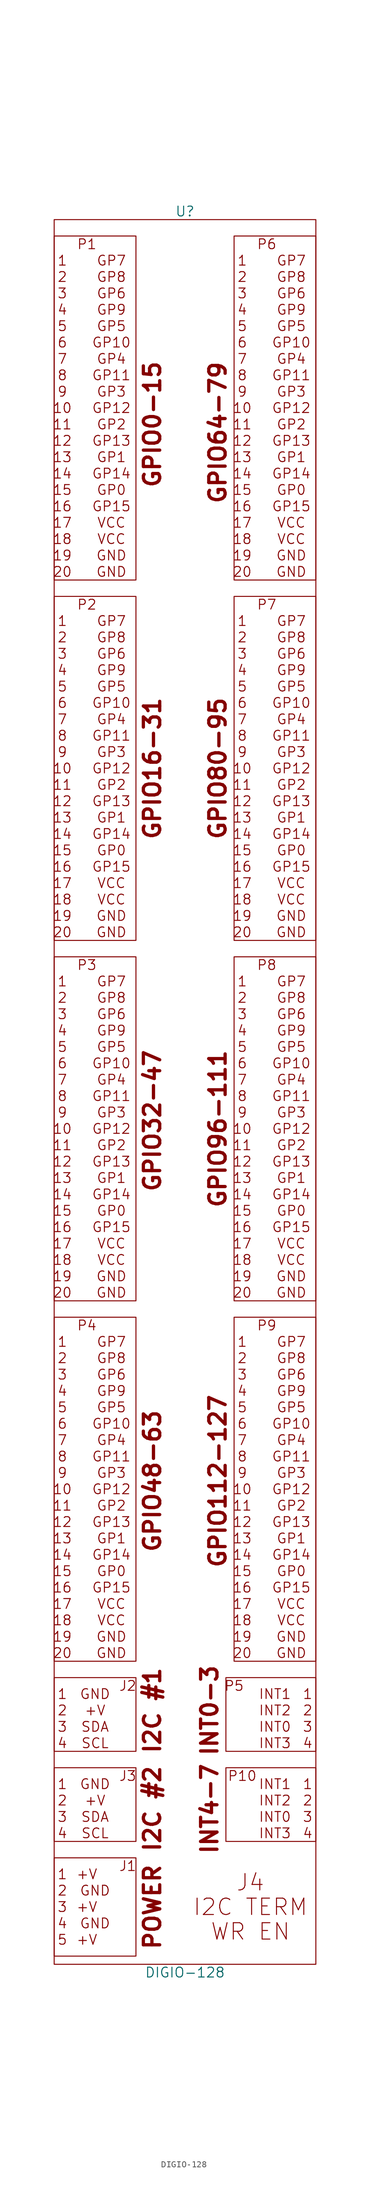
<source format=kicad_sym>
(kicad_symbol_lib
  (version 20220914)
  (generator kicad_symbol_editor)
  (symbol "DIGIO-128"
    (pin_names
      (offset 1.016))
    (property "Reference" "U"
      (at -1.27 132.08 0)
      (effects (font (size 1.524 1.524))))
    (property "Value" "DIGIO-128"
      (at -1.27 -140.97 0)
      (effects (font (size 1.524 1.524))))
    (symbol "DIGIO-128_0_0"
      (text "+V" (at -16.51 -135.89 0) (effects (font (size 1.524 1.524))))
      (text "+V" (at -16.51 -130.81 0) (effects (font (size 1.524 1.524))))
      (text "+V" (at -16.51 -125.73 0) (effects (font (size 1.524 1.524))))
      (text "+V" (at -15.24 -114.3 0) (effects (font (size 1.524 1.524))))
      (text "+V" (at -15.24 -100.33 0) (effects (font (size 1.524 1.524))))
      (text "1" (at -20.32 -125.73 0) (effects (font (size 1.524 1.524))))
      (text "1" (at -20.32 -111.76 0) (effects (font (size 1.524 1.524))))
      (text "1" (at -20.32 -97.79 0) (effects (font (size 1.524 1.524))))
      (text "1" (at -20.32 -43.18 0) (effects (font (size 1.524 1.524))))
      (text "1" (at -20.32 12.7 0) (effects (font (size 1.524 1.524))))
      (text "1" (at -20.32 68.58 0) (effects (font (size 1.524 1.524))))
      (text "1" (at -20.32 124.46 0) (effects (font (size 1.524 1.524))))
      (text "1" (at 7.62 -43.18 0) (effects (font (size 1.524 1.524))))
      (text "1" (at 7.62 12.7 0) (effects (font (size 1.524 1.524))))
      (text "1" (at 7.62 68.58 0) (effects (font (size 1.524 1.524))))
      (text "1" (at 7.62 124.46 0) (effects (font (size 1.524 1.524))))
      (text "1" (at 17.78 -111.76 0) (effects (font (size 1.524 1.524))))
      (text "1" (at 17.78 -97.79 0) (effects (font (size 1.524 1.524))))
      (text "10" (at -20.32 -66.04 0) (effects (font (size 1.524 1.524))))
      (text "10" (at -20.32 -10.16 0) (effects (font (size 1.524 1.524))))
      (text "10" (at -20.32 45.72 0) (effects (font (size 1.524 1.524))))
      (text "10" (at -20.32 101.6 0) (effects (font (size 1.524 1.524))))
      (text "10" (at 7.62 -66.04 0) (effects (font (size 1.524 1.524))))
      (text "10" (at 7.62 -10.16 0) (effects (font (size 1.524 1.524))))
      (text "10" (at 7.62 45.72 0) (effects (font (size 1.524 1.524))))
      (text "10" (at 7.62 101.6 0) (effects (font (size 1.524 1.524))))
      (text "11" (at -20.32 -68.58 0) (effects (font (size 1.524 1.524))))
      (text "11" (at -20.32 -12.7 0) (effects (font (size 1.524 1.524))))
      (text "11" (at -20.32 43.18 0) (effects (font (size 1.524 1.524))))
      (text "11" (at -20.32 99.06 0) (effects (font (size 1.524 1.524))))
      (text "11" (at 7.62 -68.58 0) (effects (font (size 1.524 1.524))))
      (text "11" (at 7.62 -12.7 0) (effects (font (size 1.524 1.524))))
      (text "11" (at 7.62 43.18 0) (effects (font (size 1.524 1.524))))
      (text "11" (at 7.62 99.06 0) (effects (font (size 1.524 1.524))))
      (text "12" (at -20.32 -71.12 0) (effects (font (size 1.524 1.524))))
      (text "12" (at -20.32 -15.24 0) (effects (font (size 1.524 1.524))))
      (text "12" (at -20.32 40.64 0) (effects (font (size 1.524 1.524))))
      (text "12" (at -20.32 96.52 0) (effects (font (size 1.524 1.524))))
      (text "12" (at 7.62 -71.12 0) (effects (font (size 1.524 1.524))))
      (text "12" (at 7.62 -15.24 0) (effects (font (size 1.524 1.524))))
      (text "12" (at 7.62 40.64 0) (effects (font (size 1.524 1.524))))
      (text "12" (at 7.62 96.52 0) (effects (font (size 1.524 1.524))))
      (text "13" (at -20.32 -73.66 0) (effects (font (size 1.524 1.524))))
      (text "13" (at -20.32 -17.78 0) (effects (font (size 1.524 1.524))))
      (text "13" (at -20.32 38.1 0) (effects (font (size 1.524 1.524))))
      (text "13" (at -20.32 93.98 0) (effects (font (size 1.524 1.524))))
      (text "13" (at 7.62 -73.66 0) (effects (font (size 1.524 1.524))))
      (text "13" (at 7.62 -17.78 0) (effects (font (size 1.524 1.524))))
      (text "13" (at 7.62 38.1 0) (effects (font (size 1.524 1.524))))
      (text "13" (at 7.62 93.98 0) (effects (font (size 1.524 1.524))))
      (text "14" (at -20.32 -76.2 0) (effects (font (size 1.524 1.524))))
      (text "14" (at -20.32 -20.32 0) (effects (font (size 1.524 1.524))))
      (text "14" (at -20.32 35.56 0) (effects (font (size 1.524 1.524))))
      (text "14" (at -20.32 91.44 0) (effects (font (size 1.524 1.524))))
      (text "14" (at 7.62 -76.2 0) (effects (font (size 1.524 1.524))))
      (text "14" (at 7.62 -20.32 0) (effects (font (size 1.524 1.524))))
      (text "14" (at 7.62 35.56 0) (effects (font (size 1.524 1.524))))
      (text "14" (at 7.62 91.44 0) (effects (font (size 1.524 1.524))))
      (text "15" (at -20.32 -78.74 0) (effects (font (size 1.524 1.524))))
      (text "15" (at -20.32 -22.86 0) (effects (font (size 1.524 1.524))))
      (text "15" (at -20.32 33.02 0) (effects (font (size 1.524 1.524))))
      (text "15" (at -20.32 88.9 0) (effects (font (size 1.524 1.524))))
      (text "15" (at 7.62 -78.74 0) (effects (font (size 1.524 1.524))))
      (text "15" (at 7.62 -22.86 0) (effects (font (size 1.524 1.524))))
      (text "15" (at 7.62 33.02 0) (effects (font (size 1.524 1.524))))
      (text "15" (at 7.62 88.9 0) (effects (font (size 1.524 1.524))))
      (text "16" (at -20.32 -81.28 0) (effects (font (size 1.524 1.524))))
      (text "16" (at -20.32 -25.4 0) (effects (font (size 1.524 1.524))))
      (text "16" (at -20.32 30.48 0) (effects (font (size 1.524 1.524))))
      (text "16" (at -20.32 86.36 0) (effects (font (size 1.524 1.524))))
      (text "16" (at 7.62 -81.28 0) (effects (font (size 1.524 1.524))))
      (text "16" (at 7.62 -25.4 0) (effects (font (size 1.524 1.524))))
      (text "16" (at 7.62 30.48 0) (effects (font (size 1.524 1.524))))
      (text "16" (at 7.62 86.36 0) (effects (font (size 1.524 1.524))))
      (text "17" (at -20.32 -83.82 0) (effects (font (size 1.524 1.524))))
      (text "17" (at -20.32 -27.94 0) (effects (font (size 1.524 1.524))))
      (text "17" (at -20.32 27.94 0) (effects (font (size 1.524 1.524))))
      (text "17" (at -20.32 83.82 0) (effects (font (size 1.524 1.524))))
      (text "17" (at 7.62 -83.82 0) (effects (font (size 1.524 1.524))))
      (text "17" (at 7.62 -27.94 0) (effects (font (size 1.524 1.524))))
      (text "17" (at 7.62 27.94 0) (effects (font (size 1.524 1.524))))
      (text "17" (at 7.62 83.82 0) (effects (font (size 1.524 1.524))))
      (text "18" (at -20.32 -86.36 0) (effects (font (size 1.524 1.524))))
      (text "18" (at -20.32 -30.48 0) (effects (font (size 1.524 1.524))))
      (text "18" (at -20.32 25.4 0) (effects (font (size 1.524 1.524))))
      (text "18" (at -20.32 81.28 0) (effects (font (size 1.524 1.524))))
      (text "18" (at 7.62 -86.36 0) (effects (font (size 1.524 1.524))))
      (text "18" (at 7.62 -30.48 0) (effects (font (size 1.524 1.524))))
      (text "18" (at 7.62 25.4 0) (effects (font (size 1.524 1.524))))
      (text "18" (at 7.62 81.28 0) (effects (font (size 1.524 1.524))))
      (text "19" (at -20.32 -88.9 0) (effects (font (size 1.524 1.524))))
      (text "19" (at -20.32 -33.02 0) (effects (font (size 1.524 1.524))))
      (text "19" (at -20.32 22.86 0) (effects (font (size 1.524 1.524))))
      (text "19" (at -20.32 78.74 0) (effects (font (size 1.524 1.524))))
      (text "19" (at 7.62 -88.9 0) (effects (font (size 1.524 1.524))))
      (text "19" (at 7.62 -33.02 0) (effects (font (size 1.524 1.524))))
      (text "19" (at 7.62 22.86 0) (effects (font (size 1.524 1.524))))
      (text "19" (at 7.62 78.74 0) (effects (font (size 1.524 1.524))))
      (text "2" (at -20.32 -128.27 0) (effects (font (size 1.524 1.524))))
      (text "2" (at -20.32 -114.3 0) (effects (font (size 1.524 1.524))))
      (text "2" (at -20.32 -100.33 0) (effects (font (size 1.524 1.524))))
      (text "2" (at -20.32 -45.72 0) (effects (font (size 1.524 1.524))))
      (text "2" (at -20.32 10.16 0) (effects (font (size 1.524 1.524))))
      (text "2" (at -20.32 66.04 0) (effects (font (size 1.524 1.524))))
      (text "2" (at -20.32 121.92 0) (effects (font (size 1.524 1.524))))
      (text "2" (at 7.62 -45.72 0) (effects (font (size 1.524 1.524))))
      (text "2" (at 7.62 10.16 0) (effects (font (size 1.524 1.524))))
      (text "2" (at 7.62 66.04 0) (effects (font (size 1.524 1.524))))
      (text "2" (at 7.62 121.92 0) (effects (font (size 1.524 1.524))))
      (text "2" (at 17.78 -114.3 0) (effects (font (size 1.524 1.524))))
      (text "2" (at 17.78 -100.33 0) (effects (font (size 1.524 1.524))))
      (text "20" (at -20.32 -91.44 0) (effects (font (size 1.524 1.524))))
      (text "20" (at -20.32 -35.56 0) (effects (font (size 1.524 1.524))))
      (text "20" (at -20.32 20.32 0) (effects (font (size 1.524 1.524))))
      (text "20" (at -20.32 76.2 0) (effects (font (size 1.524 1.524))))
      (text "20" (at 7.62 -91.44 0) (effects (font (size 1.524 1.524))))
      (text "20" (at 7.62 -35.56 0) (effects (font (size 1.524 1.524))))
      (text "20" (at 7.62 20.32 0) (effects (font (size 1.524 1.524))))
      (text "20" (at 7.62 76.2 0) (effects (font (size 1.524 1.524))))
      (text "3" (at -20.32 -130.81 0) (effects (font (size 1.524 1.524))))
      (text "3" (at -20.32 -116.84 0) (effects (font (size 1.524 1.524))))
      (text "3" (at -20.32 -102.87 0) (effects (font (size 1.524 1.524))))
      (text "3" (at -20.32 -48.26 0) (effects (font (size 1.524 1.524))))
      (text "3" (at -20.32 7.62 0) (effects (font (size 1.524 1.524))))
      (text "3" (at -20.32 63.5 0) (effects (font (size 1.524 1.524))))
      (text "3" (at -20.32 119.38 0) (effects (font (size 1.524 1.524))))
      (text "3" (at 7.62 -48.26 0) (effects (font (size 1.524 1.524))))
      (text "3" (at 7.62 7.62 0) (effects (font (size 1.524 1.524))))
      (text "3" (at 7.62 63.5 0) (effects (font (size 1.524 1.524))))
      (text "3" (at 7.62 119.38 0) (effects (font (size 1.524 1.524))))
      (text "3" (at 17.78 -116.84 0) (effects (font (size 1.524 1.524))))
      (text "3" (at 17.78 -102.87 0) (effects (font (size 1.524 1.524))))
      (text "4" (at -20.32 -133.35 0) (effects (font (size 1.524 1.524))))
      (text "4" (at -20.32 -119.38 0) (effects (font (size 1.524 1.524))))
      (text "4" (at -20.32 -105.41 0) (effects (font (size 1.524 1.524))))
      (text "4" (at -20.32 -50.8 0) (effects (font (size 1.524 1.524))))
      (text "4" (at -20.32 5.08 0) (effects (font (size 1.524 1.524))))
      (text "4" (at -20.32 60.96 0) (effects (font (size 1.524 1.524))))
      (text "4" (at -20.32 116.84 0) (effects (font (size 1.524 1.524))))
      (text "4" (at 7.62 -50.8 0) (effects (font (size 1.524 1.524))))
      (text "4" (at 7.62 5.08 0) (effects (font (size 1.524 1.524))))
      (text "4" (at 7.62 60.96 0) (effects (font (size 1.524 1.524))))
      (text "4" (at 7.62 116.84 0) (effects (font (size 1.524 1.524))))
      (text "4" (at 17.78 -119.38 0) (effects (font (size 1.524 1.524))))
      (text "4" (at 17.78 -105.41 0) (effects (font (size 1.524 1.524))))
      (text "5" (at -20.32 -135.89 0) (effects (font (size 1.524 1.524))))
      (text "5" (at -20.32 -53.34 0) (effects (font (size 1.524 1.524))))
      (text "5" (at -20.32 2.54 0) (effects (font (size 1.524 1.524))))
      (text "5" (at -20.32 58.42 0) (effects (font (size 1.524 1.524))))
      (text "5" (at -20.32 114.3 0) (effects (font (size 1.524 1.524))))
      (text "5" (at 7.62 -53.34 0) (effects (font (size 1.524 1.524))))
      (text "5" (at 7.62 2.54 0) (effects (font (size 1.524 1.524))))
      (text "5" (at 7.62 58.42 0) (effects (font (size 1.524 1.524))))
      (text "5" (at 7.62 114.3 0) (effects (font (size 1.524 1.524))))
      (text "6" (at -20.32 -55.88 0) (effects (font (size 1.524 1.524))))
      (text "6" (at -20.32 0 0) (effects (font (size 1.524 1.524))))
      (text "6" (at -20.32 55.88 0) (effects (font (size 1.524 1.524))))
      (text "6" (at -20.32 111.76 0) (effects (font (size 1.524 1.524))))
      (text "6" (at 7.62 -55.88 0) (effects (font (size 1.524 1.524))))
      (text "6" (at 7.62 0 0) (effects (font (size 1.524 1.524))))
      (text "6" (at 7.62 55.88 0) (effects (font (size 1.524 1.524))))
      (text "6" (at 7.62 111.76 0) (effects (font (size 1.524 1.524))))
      (text "7" (at -20.32 -58.42 0) (effects (font (size 1.524 1.524))))
      (text "7" (at -20.32 -2.54 0) (effects (font (size 1.524 1.524))))
      (text "7" (at -20.32 53.34 0) (effects (font (size 1.524 1.524))))
      (text "7" (at -20.32 109.22 0) (effects (font (size 1.524 1.524))))
      (text "7" (at 7.62 -58.42 0) (effects (font (size 1.524 1.524))))
      (text "7" (at 7.62 -2.54 0) (effects (font (size 1.524 1.524))))
      (text "7" (at 7.62 53.34 0) (effects (font (size 1.524 1.524))))
      (text "7" (at 7.62 109.22 0) (effects (font (size 1.524 1.524))))
      (text "8" (at -20.32 -60.96 0) (effects (font (size 1.524 1.524))))
      (text "8" (at -20.32 -5.08 0) (effects (font (size 1.524 1.524))))
      (text "8" (at -20.32 50.8 0) (effects (font (size 1.524 1.524))))
      (text "8" (at -20.32 106.68 0) (effects (font (size 1.524 1.524))))
      (text "8" (at 7.62 -60.96 0) (effects (font (size 1.524 1.524))))
      (text "8" (at 7.62 -5.08 0) (effects (font (size 1.524 1.524))))
      (text "8" (at 7.62 50.8 0) (effects (font (size 1.524 1.524))))
      (text "8" (at 7.62 106.68 0) (effects (font (size 1.524 1.524))))
      (text "9" (at -20.32 -63.5 0) (effects (font (size 1.524 1.524))))
      (text "9" (at -20.32 -7.62 0) (effects (font (size 1.524 1.524))))
      (text "9" (at -20.32 48.26 0) (effects (font (size 1.524 1.524))))
      (text "9" (at -20.32 104.14 0) (effects (font (size 1.524 1.524))))
      (text "9" (at 7.62 -63.5 0) (effects (font (size 1.524 1.524))))
      (text "9" (at 7.62 -7.62 0) (effects (font (size 1.524 1.524))))
      (text "9" (at 7.62 48.26 0) (effects (font (size 1.524 1.524))))
      (text "9" (at 7.62 104.14 0) (effects (font (size 1.524 1.524))))
      (text "GND" (at -15.24 -133.35 0) (effects (font (size 1.524 1.524))))
      (text "GND" (at -15.24 -128.27 0) (effects (font (size 1.524 1.524))))
      (text "GND" (at -15.24 -111.76 0) (effects (font (size 1.524 1.524))))
      (text "GND" (at -15.24 -97.79 0) (effects (font (size 1.524 1.524))))
      (text "GND" (at -12.7 -91.44 0) (effects (font (size 1.524 1.524))))
      (text "GND" (at -12.7 -88.9 0) (effects (font (size 1.524 1.524))))
      (text "GND" (at -12.7 -35.56 0) (effects (font (size 1.524 1.524))))
      (text "GND" (at -12.7 -33.02 0) (effects (font (size 1.524 1.524))))
      (text "GND" (at -12.7 20.32 0) (effects (font (size 1.524 1.524))))
      (text "GND" (at -12.7 22.86 0) (effects (font (size 1.524 1.524))))
      (text "GND" (at -12.7 76.2 0) (effects (font (size 1.524 1.524))))
      (text "GND" (at -12.7 78.74 0) (effects (font (size 1.524 1.524))))
      (text "GND" (at 15.24 -91.44 0) (effects (font (size 1.524 1.524))))
      (text "GND" (at 15.24 -88.9 0) (effects (font (size 1.524 1.524))))
      (text "GND" (at 15.24 -35.56 0) (effects (font (size 1.524 1.524))))
      (text "GND" (at 15.24 -33.02 0) (effects (font (size 1.524 1.524))))
      (text "GND" (at 15.24 20.32 0) (effects (font (size 1.524 1.524))))
      (text "GND" (at 15.24 22.86 0) (effects (font (size 1.524 1.524))))
      (text "GND" (at 15.24 76.2 0) (effects (font (size 1.524 1.524))))
      (text "GND" (at 15.24 78.74 0) (effects (font (size 1.524 1.524))))
      (text "GP0" (at -12.7 -78.74 0) (effects (font (size 1.524 1.524))))
      (text "GP0" (at -12.7 -22.86 0) (effects (font (size 1.524 1.524))))
      (text "GP0" (at -12.7 33.02 0) (effects (font (size 1.524 1.524))))
      (text "GP0" (at -12.7 88.9 0) (effects (font (size 1.524 1.524))))
      (text "GP0" (at 15.24 -78.74 0) (effects (font (size 1.524 1.524))))
      (text "GP0" (at 15.24 -22.86 0) (effects (font (size 1.524 1.524))))
      (text "GP0" (at 15.24 33.02 0) (effects (font (size 1.524 1.524))))
      (text "GP0" (at 15.24 88.9 0) (effects (font (size 1.524 1.524))))
      (text "GP1" (at -12.7 -73.66 0) (effects (font (size 1.524 1.524))))
      (text "GP1" (at -12.7 -17.78 0) (effects (font (size 1.524 1.524))))
      (text "GP1" (at -12.7 38.1 0) (effects (font (size 1.524 1.524))))
      (text "GP1" (at -12.7 93.98 0) (effects (font (size 1.524 1.524))))
      (text "GP1" (at 15.24 -73.66 0) (effects (font (size 1.524 1.524))))
      (text "GP1" (at 15.24 -17.78 0) (effects (font (size 1.524 1.524))))
      (text "GP1" (at 15.24 38.1 0) (effects (font (size 1.524 1.524))))
      (text "GP1" (at 15.24 93.98 0) (effects (font (size 1.524 1.524))))
      (text "GP10" (at -12.7 -55.88 0) (effects (font (size 1.524 1.524))))
      (text "GP10" (at -12.7 0 0) (effects (font (size 1.524 1.524))))
      (text "GP10" (at -12.7 55.88 0) (effects (font (size 1.524 1.524))))
      (text "GP10" (at -12.7 111.76 0) (effects (font (size 1.524 1.524))))
      (text "GP10" (at 15.24 -55.88 0) (effects (font (size 1.524 1.524))))
      (text "GP10" (at 15.24 0 0) (effects (font (size 1.524 1.524))))
      (text "GP10" (at 15.24 55.88 0) (effects (font (size 1.524 1.524))))
      (text "GP10" (at 15.24 111.76 0) (effects (font (size 1.524 1.524))))
      (text "GP11" (at -12.7 -60.96 0) (effects (font (size 1.524 1.524))))
      (text "GP11" (at -12.7 -5.08 0) (effects (font (size 1.524 1.524))))
      (text "GP11" (at -12.7 50.8 0) (effects (font (size 1.524 1.524))))
      (text "GP11" (at -12.7 106.68 0) (effects (font (size 1.524 1.524))))
      (text "GP11" (at 15.24 -60.96 0) (effects (font (size 1.524 1.524))))
      (text "GP11" (at 15.24 -5.08 0) (effects (font (size 1.524 1.524))))
      (text "GP11" (at 15.24 50.8 0) (effects (font (size 1.524 1.524))))
      (text "GP11" (at 15.24 106.68 0) (effects (font (size 1.524 1.524))))
      (text "GP12" (at -12.7 -66.04 0) (effects (font (size 1.524 1.524))))
      (text "GP12" (at -12.7 -10.16 0) (effects (font (size 1.524 1.524))))
      (text "GP12" (at -12.7 45.72 0) (effects (font (size 1.524 1.524))))
      (text "GP12" (at -12.7 101.6 0) (effects (font (size 1.524 1.524))))
      (text "GP12" (at 15.24 -66.04 0) (effects (font (size 1.524 1.524))))
      (text "GP12" (at 15.24 -10.16 0) (effects (font (size 1.524 1.524))))
      (text "GP12" (at 15.24 45.72 0) (effects (font (size 1.524 1.524))))
      (text "GP12" (at 15.24 101.6 0) (effects (font (size 1.524 1.524))))
      (text "GP13" (at -12.7 -71.12 0) (effects (font (size 1.524 1.524))))
      (text "GP13" (at -12.7 -15.24 0) (effects (font (size 1.524 1.524))))
      (text "GP13" (at -12.7 40.64 0) (effects (font (size 1.524 1.524))))
      (text "GP13" (at -12.7 96.52 0) (effects (font (size 1.524 1.524))))
      (text "GP13" (at 15.24 -71.12 0) (effects (font (size 1.524 1.524))))
      (text "GP13" (at 15.24 -15.24 0) (effects (font (size 1.524 1.524))))
      (text "GP13" (at 15.24 40.64 0) (effects (font (size 1.524 1.524))))
      (text "GP13" (at 15.24 96.52 0) (effects (font (size 1.524 1.524))))
      (text "GP14" (at -12.7 -76.2 0) (effects (font (size 1.524 1.524))))
      (text "GP14" (at -12.7 -20.32 0) (effects (font (size 1.524 1.524))))
      (text "GP14" (at -12.7 35.56 0) (effects (font (size 1.524 1.524))))
      (text "GP14" (at -12.7 91.44 0) (effects (font (size 1.524 1.524))))
      (text "GP14" (at 15.24 -76.2 0) (effects (font (size 1.524 1.524))))
      (text "GP14" (at 15.24 -20.32 0) (effects (font (size 1.524 1.524))))
      (text "GP14" (at 15.24 35.56 0) (effects (font (size 1.524 1.524))))
      (text "GP14" (at 15.24 91.44 0) (effects (font (size 1.524 1.524))))
      (text "GP15" (at -12.7 -81.28 0) (effects (font (size 1.524 1.524))))
      (text "GP15" (at -12.7 -25.4 0) (effects (font (size 1.524 1.524))))
      (text "GP15" (at -12.7 30.48 0) (effects (font (size 1.524 1.524))))
      (text "GP15" (at -12.7 86.36 0) (effects (font (size 1.524 1.524))))
      (text "GP15" (at 15.24 -81.28 0) (effects (font (size 1.524 1.524))))
      (text "GP15" (at 15.24 -25.4 0) (effects (font (size 1.524 1.524))))
      (text "GP15" (at 15.24 30.48 0) (effects (font (size 1.524 1.524))))
      (text "GP15" (at 15.24 86.36 0) (effects (font (size 1.524 1.524))))
      (text "GP2" (at -12.7 -68.58 0) (effects (font (size 1.524 1.524))))
      (text "GP2" (at -12.7 -12.7 0) (effects (font (size 1.524 1.524))))
      (text "GP2" (at -12.7 43.18 0) (effects (font (size 1.524 1.524))))
      (text "GP2" (at -12.7 99.06 0) (effects (font (size 1.524 1.524))))
      (text "GP2" (at 15.24 -68.58 0) (effects (font (size 1.524 1.524))))
      (text "GP2" (at 15.24 -12.7 0) (effects (font (size 1.524 1.524))))
      (text "GP2" (at 15.24 43.18 0) (effects (font (size 1.524 1.524))))
      (text "GP2" (at 15.24 99.06 0) (effects (font (size 1.524 1.524))))
      (text "GP3" (at -12.7 -63.5 0) (effects (font (size 1.524 1.524))))
      (text "GP3" (at -12.7 -7.62 0) (effects (font (size 1.524 1.524))))
      (text "GP3" (at -12.7 48.26 0) (effects (font (size 1.524 1.524))))
      (text "GP3" (at -12.7 104.14 0) (effects (font (size 1.524 1.524))))
      (text "GP3" (at 15.24 -63.5 0) (effects (font (size 1.524 1.524))))
      (text "GP3" (at 15.24 -7.62 0) (effects (font (size 1.524 1.524))))
      (text "GP3" (at 15.24 48.26 0) (effects (font (size 1.524 1.524))))
      (text "GP3" (at 15.24 104.14 0) (effects (font (size 1.524 1.524))))
      (text "GP4" (at -12.7 -58.42 0) (effects (font (size 1.524 1.524))))
      (text "GP4" (at -12.7 -2.54 0) (effects (font (size 1.524 1.524))))
      (text "GP4" (at -12.7 53.34 0) (effects (font (size 1.524 1.524))))
      (text "GP4" (at -12.7 109.22 0) (effects (font (size 1.524 1.524))))
      (text "GP4" (at 15.24 -58.42 0) (effects (font (size 1.524 1.524))))
      (text "GP4" (at 15.24 -2.54 0) (effects (font (size 1.524 1.524))))
      (text "GP4" (at 15.24 53.34 0) (effects (font (size 1.524 1.524))))
      (text "GP4" (at 15.24 109.22 0) (effects (font (size 1.524 1.524))))
      (text "GP5" (at -12.7 -53.34 0) (effects (font (size 1.524 1.524))))
      (text "GP5" (at -12.7 2.54 0) (effects (font (size 1.524 1.524))))
      (text "GP5" (at -12.7 58.42 0) (effects (font (size 1.524 1.524))))
      (text "GP5" (at -12.7 114.3 0) (effects (font (size 1.524 1.524))))
      (text "GP5" (at 15.24 -53.34 0) (effects (font (size 1.524 1.524))))
      (text "GP5" (at 15.24 2.54 0) (effects (font (size 1.524 1.524))))
      (text "GP5" (at 15.24 58.42 0) (effects (font (size 1.524 1.524))))
      (text "GP5" (at 15.24 114.3 0) (effects (font (size 1.524 1.524))))
      (text "GP6" (at -12.7 -48.26 0) (effects (font (size 1.524 1.524))))
      (text "GP6" (at -12.7 7.62 0) (effects (font (size 1.524 1.524))))
      (text "GP6" (at -12.7 63.5 0) (effects (font (size 1.524 1.524))))
      (text "GP6" (at -12.7 119.38 0) (effects (font (size 1.524 1.524))))
      (text "GP6" (at 15.24 -48.26 0) (effects (font (size 1.524 1.524))))
      (text "GP6" (at 15.24 7.62 0) (effects (font (size 1.524 1.524))))
      (text "GP6" (at 15.24 63.5 0) (effects (font (size 1.524 1.524))))
      (text "GP6" (at 15.24 119.38 0) (effects (font (size 1.524 1.524))))
      (text "GP7" (at -12.7 -43.18 0) (effects (font (size 1.524 1.524))))
      (text "GP7" (at -12.7 12.7 0) (effects (font (size 1.524 1.524))))
      (text "GP7" (at -12.7 68.58 0) (effects (font (size 1.524 1.524))))
      (text "GP7" (at -12.7 124.46 0) (effects (font (size 1.524 1.524))))
      (text "GP7" (at 15.24 -43.18 0) (effects (font (size 1.524 1.524))))
      (text "GP7" (at 15.24 12.7 0) (effects (font (size 1.524 1.524))))
      (text "GP7" (at 15.24 68.58 0) (effects (font (size 1.524 1.524))))
      (text "GP7" (at 15.24 124.46 0) (effects (font (size 1.524 1.524))))
      (text "GP8" (at -12.7 -45.72 0) (effects (font (size 1.524 1.524))))
      (text "GP8" (at -12.7 10.16 0) (effects (font (size 1.524 1.524))))
      (text "GP8" (at -12.7 66.04 0) (effects (font (size 1.524 1.524))))
      (text "GP8" (at -12.7 121.92 0) (effects (font (size 1.524 1.524))))
      (text "GP8" (at 15.24 -45.72 0) (effects (font (size 1.524 1.524))))
      (text "GP8" (at 15.24 10.16 0) (effects (font (size 1.524 1.524))))
      (text "GP8" (at 15.24 66.04 0) (effects (font (size 1.524 1.524))))
      (text "GP8" (at 15.24 121.92 0) (effects (font (size 1.524 1.524))))
      (text "GP9" (at -12.7 -50.8 0) (effects (font (size 1.524 1.524))))
      (text "GP9" (at -12.7 5.08 0) (effects (font (size 1.524 1.524))))
      (text "GP9" (at -12.7 60.96 0) (effects (font (size 1.524 1.524))))
      (text "GP9" (at -12.7 116.84 0) (effects (font (size 1.524 1.524))))
      (text "GP9" (at 15.24 -50.8 0) (effects (font (size 1.524 1.524))))
      (text "GP9" (at 15.24 5.08 0) (effects (font (size 1.524 1.524))))
      (text "GP9" (at 15.24 60.96 0) (effects (font (size 1.524 1.524))))
      (text "GP9" (at 15.24 116.84 0) (effects (font (size 1.524 1.524))))
      (text "GPIO0-15" (at -6.35 99.06 900) (effects (font (size 2.54 2.54) bold)))
      (text "GPIO112-127" (at 3.81 -64.77 900) (effects (font (size 2.54 2.54) bold)))
      (text "GPIO16-31" (at -6.35 45.72 900) (effects (font (size 2.54 2.54) bold)))
      (text "GPIO32-47" (at -6.35 -8.89 900) (effects (font (size 2.54 2.54) bold)))
      (text "GPIO48-63" (at -6.35 -64.77 900) (effects (font (size 2.54 2.54) bold)))
      (text "GPIO64-79" (at 3.81 97.79 900) (effects (font (size 2.54 2.54) bold)))
      (text "GPIO80-95" (at 3.81 45.72 900) (effects (font (size 2.54 2.54) bold)))
      (text "GPIO96-111" (at 3.81 -10.16 900) (effects (font (size 2.54 2.54) bold)))
      (text "I2C #1" (at -6.35 -100.33 900) (effects (font (size 2.54 2.54) bold)))
      (text "I2C #2" (at -6.35 -115.57 900) (effects (font (size 2.54 2.54) bold)))
      (text "I2C TERM" (at 8.89 -130.81 0) (effects (font (size 2.54 2.54))))
      (text "INT0" (at 12.7 -116.84 0) (effects (font (size 1.524 1.524))))
      (text "INT0" (at 12.7 -102.87 0) (effects (font (size 1.524 1.524))))
      (text "INT0-3" (at 2.54 -100.33 900) (effects (font (size 2.54 2.54) bold)))
      (text "INT1" (at 12.7 -111.76 0) (effects (font (size 1.524 1.524))))
      (text "INT1" (at 12.7 -97.79 0) (effects (font (size 1.524 1.524))))
      (text "INT2" (at 12.7 -114.3 0) (effects (font (size 1.524 1.524))))
      (text "INT2" (at 12.7 -100.33 0) (effects (font (size 1.524 1.524))))
      (text "INT3" (at 12.7 -119.38 0) (effects (font (size 1.524 1.524))))
      (text "INT3" (at 12.7 -105.41 0) (effects (font (size 1.524 1.524))))
      (text "INT4-7" (at 2.54 -115.57 900) (effects (font (size 2.54 2.54) bold)))
      (text "J1" (at -10.16 -124.46 0) (effects (font (size 1.524 1.524))))
      (text "J2" (at -10.16 -96.52 0) (effects (font (size 1.524 1.524))))
      (text "J3" (at -10.16 -110.49 0) (effects (font (size 1.524 1.524))))
      (text "J4" (at 8.89 -127 0) (effects (font (size 2.54 2.54))))
      (text "P1" (at -16.51 127 0) (effects (font (size 1.524 1.524))))
      (text "P10" (at 7.62 -110.49 0) (effects (font (size 1.524 1.524))))
      (text "P2" (at -16.51 71.12 0) (effects (font (size 1.524 1.524))))
      (text "P3" (at -16.51 15.24 0) (effects (font (size 1.524 1.524))))
      (text "P4" (at -16.51 -40.64 0) (effects (font (size 1.524 1.524))))
      (text "P5" (at 6.35 -96.52 0) (effects (font (size 1.524 1.524))))
      (text "P6" (at 11.43 127 0) (effects (font (size 1.524 1.524))))
      (text "P7" (at 11.43 71.12 0) (effects (font (size 1.524 1.524))))
      (text "P8" (at 11.43 15.24 0) (effects (font (size 1.524 1.524))))
      (text "P9" (at 11.43 -40.64 0) (effects (font (size 1.524 1.524))))
      (text "POWER" (at -6.35 -130.81 900) (effects (font (size 2.54 2.54) bold)))
      (text "SCL" (at -15.24 -119.38 0) (effects (font (size 1.524 1.524))))
      (text "SCL" (at -15.24 -105.41 0) (effects (font (size 1.524 1.524))))
      (text "SDA" (at -15.24 -116.84 0) (effects (font (size 1.524 1.524))))
      (text "SDA" (at -15.24 -102.87 0) (effects (font (size 1.524 1.524))))
      (text "VCC" (at -12.7 -86.36 0) (effects (font (size 1.524 1.524))))
      (text "VCC" (at -12.7 -83.82 0) (effects (font (size 1.524 1.524))))
      (text "VCC" (at -12.7 -30.48 0) (effects (font (size 1.524 1.524))))
      (text "VCC" (at -12.7 -27.94 0) (effects (font (size 1.524 1.524))))
      (text "VCC" (at -12.7 25.4 0) (effects (font (size 1.524 1.524))))
      (text "VCC" (at -12.7 27.94 0) (effects (font (size 1.524 1.524))))
      (text "VCC" (at -12.7 81.28 0) (effects (font (size 1.524 1.524))))
      (text "VCC" (at -12.7 83.82 0) (effects (font (size 1.524 1.524))))
      (text "VCC" (at 15.24 -86.36 0) (effects (font (size 1.524 1.524))))
      (text "VCC" (at 15.24 -83.82 0) (effects (font (size 1.524 1.524))))
      (text "VCC" (at 15.24 -30.48 0) (effects (font (size 1.524 1.524))))
      (text "VCC" (at 15.24 -27.94 0) (effects (font (size 1.524 1.524))))
      (text "VCC" (at 15.24 25.4 0) (effects (font (size 1.524 1.524))))
      (text "VCC" (at 15.24 27.94 0) (effects (font (size 1.524 1.524))))
      (text "VCC" (at 15.24 81.28 0) (effects (font (size 1.524 1.524))))
      (text "VCC" (at 15.24 83.82 0) (effects (font (size 1.524 1.524))))
      (text "WR EN" (at 8.89 -134.62 0) (effects (font (size 2.54 2.54)))))
    (symbol "DIGIO-128_0_1"
      (rectangle (start -21.59 -123.19) (end -8.89 -138.43) (stroke (width 0) (type default)) (fill (type none)))
      (rectangle (start -21.59 -109.22) (end -8.89 -120.65) (stroke (width 0) (type default)) (fill (type none)))
      (rectangle (start -21.59 -95.25) (end -8.89 -106.68) (stroke (width 0) (type default)) (fill (type none)))
      (rectangle (start -21.59 -39.37) (end -8.89 -92.71) (stroke (width 0) (type default)) (fill (type none)))
      (rectangle (start -21.59 16.51) (end -8.89 -36.83) (stroke (width 0) (type default)) (fill (type none)))
      (rectangle (start -21.59 72.39) (end -8.89 19.05) (stroke (width 0) (type default)) (fill (type none)))
      (rectangle (start -21.59 128.27) (end -8.89 74.93) (stroke (width 0) (type default)) (fill (type none)))
      (rectangle (start -21.59 130.81) (end 19.05 -139.7) (stroke (width 0) (type default)) (fill (type none)))
      (rectangle (start 5.08 -109.22) (end 19.05 -120.65) (stroke (width 0) (type default)) (fill (type none)))
      (rectangle (start 5.08 -95.25) (end 19.05 -106.68) (stroke (width 0) (type default)) (fill (type none)))
      (rectangle (start 6.35 -39.37) (end 19.05 -92.71) (stroke (width 0) (type default)) (fill (type none)))
      (rectangle (start 6.35 16.51) (end 19.05 -36.83) (stroke (width 0) (type default)) (fill (type none)))
      (rectangle (start 6.35 72.39) (end 19.05 19.05) (stroke (width 0) (type default)) (fill (type none)))
      (rectangle (start 6.35 128.27) (end 19.05 74.93) (stroke (width 0) (type default)) (fill (type none))))))
</source>
